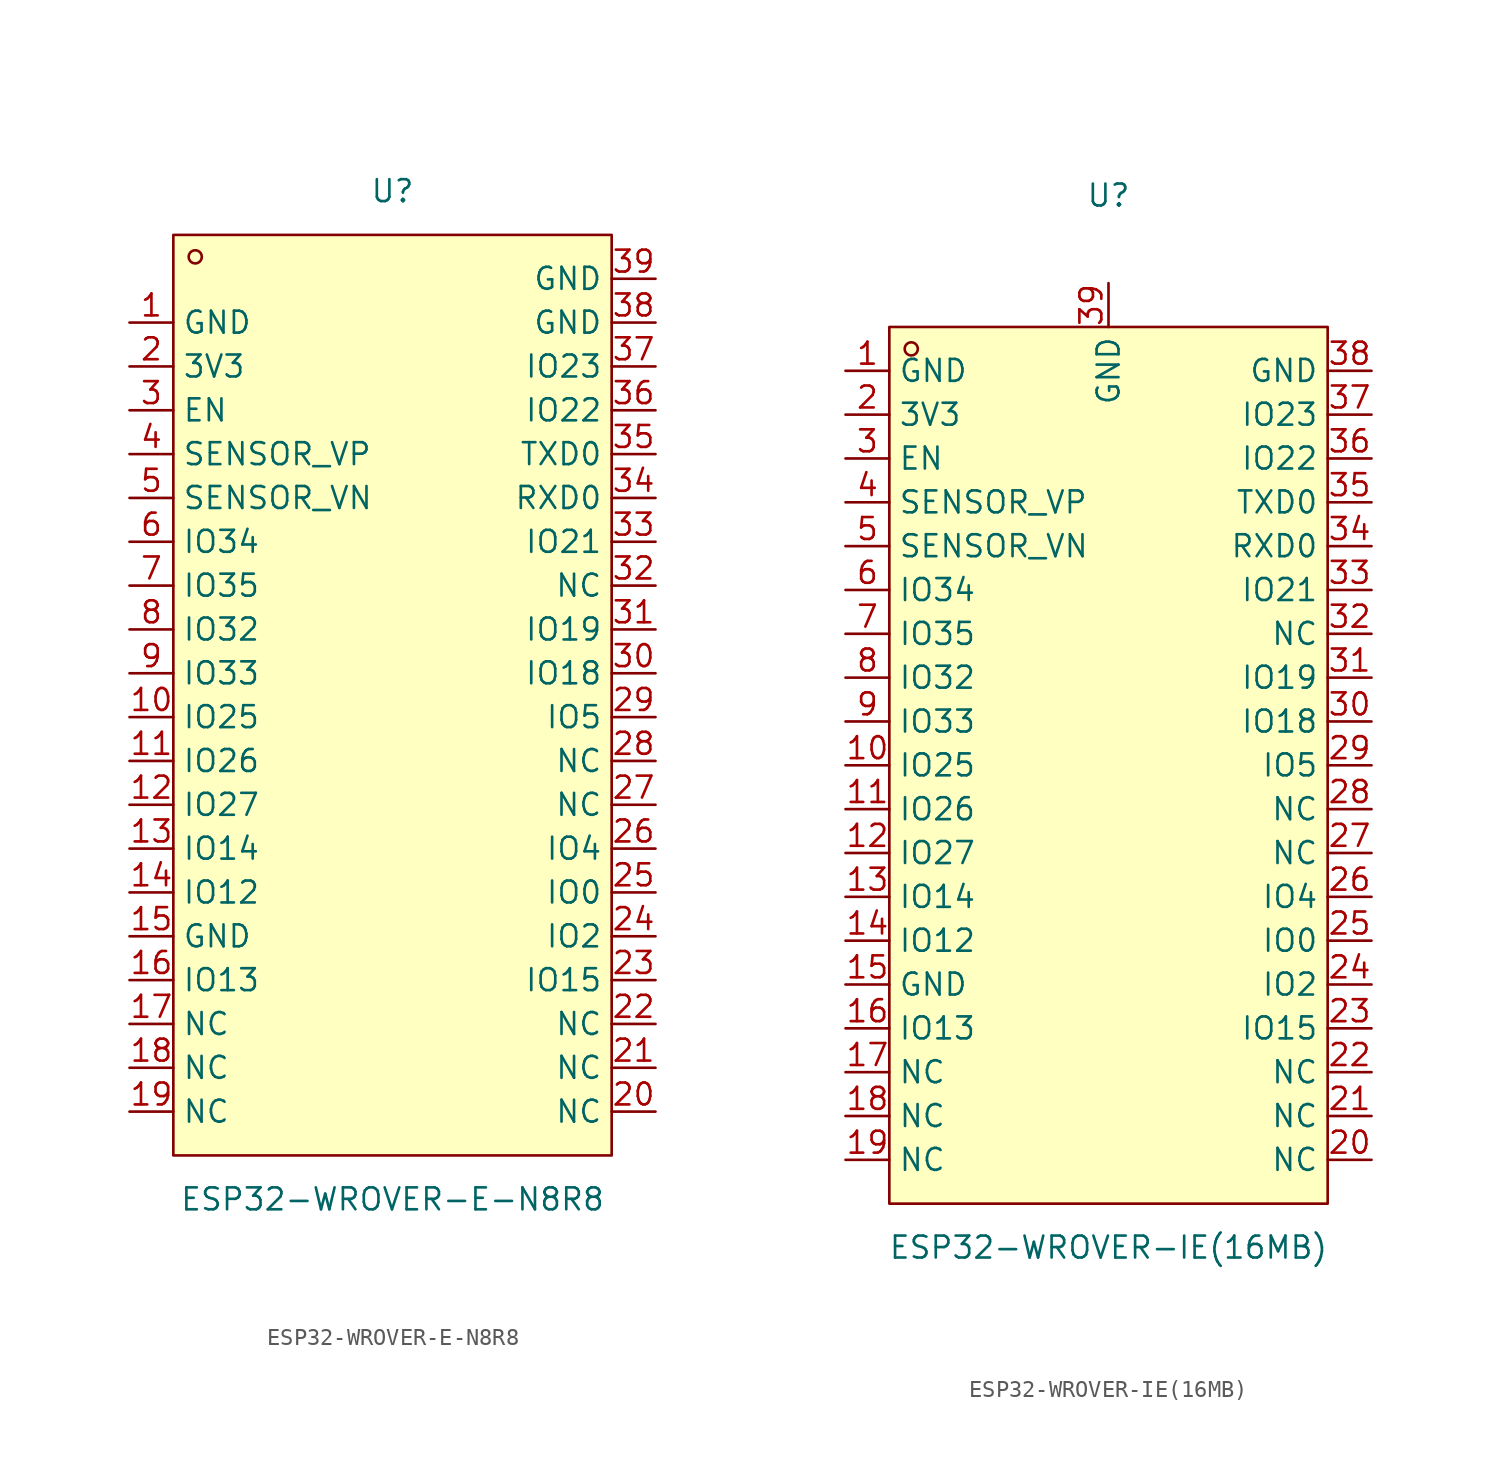
<source format=kicad_sym>
(kicad_symbol_lib
  (version 20241209)
  (generator "kicad_symbol_editor")
  (generator_version "9.0")
  (symbol "ESP32-WROVER-E-N8R8"
    (property "Reference" "U"
      (at 0 29.21 0)
      (effects (font (size 1.27 1.27))))
    (property "Value" "ESP32-WROVER-E-N8R8"
      (at 0 -29.21 0)
      (effects (font (size 1.27 1.27))))
    (symbol "ESP32-WROVER-E-N8R8_0_1"
      (rectangle (start -12.7 26.67) (end 12.7 -26.67) (stroke (width 0) (type default)) (fill (type background)))
      (circle (center -11.43 25.4) (radius 0.38) (stroke (width 0) (type default)) (fill (type none)))
      (pin unspecified line (at -15.24 21.59 0) (length 2.54) (name "GND" (effects (font (size 1.27 1.27)))) (number "1" (effects (font (size 1.27 1.27)))))
      (pin unspecified line (at -15.24 19.05 0) (length 2.54) (name "3V3" (effects (font (size 1.27 1.27)))) (number "2" (effects (font (size 1.27 1.27)))))
      (pin unspecified line (at -15.24 16.51 0) (length 2.54) (name "EN" (effects (font (size 1.27 1.27)))) (number "3" (effects (font (size 1.27 1.27)))))
      (pin unspecified line (at -15.24 13.97 0) (length 2.54) (name "SENSOR_VP" (effects (font (size 1.27 1.27)))) (number "4" (effects (font (size 1.27 1.27)))))
      (pin unspecified line (at -15.24 11.43 0) (length 2.54) (name "SENSOR_VN" (effects (font (size 1.27 1.27)))) (number "5" (effects (font (size 1.27 1.27)))))
      (pin unspecified line (at -15.24 8.89 0) (length 2.54) (name "IO34" (effects (font (size 1.27 1.27)))) (number "6" (effects (font (size 1.27 1.27)))))
      (pin unspecified line (at -15.24 6.35 0) (length 2.54) (name "IO35" (effects (font (size 1.27 1.27)))) (number "7" (effects (font (size 1.27 1.27)))))
      (pin unspecified line (at -15.24 3.81 0) (length 2.54) (name "IO32" (effects (font (size 1.27 1.27)))) (number "8" (effects (font (size 1.27 1.27)))))
      (pin unspecified line (at -15.24 1.27 0) (length 2.54) (name "IO33" (effects (font (size 1.27 1.27)))) (number "9" (effects (font (size 1.27 1.27)))))
      (pin unspecified line (at -15.24 -1.27 0) (length 2.54) (name "IO25" (effects (font (size 1.27 1.27)))) (number "10" (effects (font (size 1.27 1.27)))))
      (pin unspecified line (at -15.24 -3.81 0) (length 2.54) (name "IO26" (effects (font (size 1.27 1.27)))) (number "11" (effects (font (size 1.27 1.27)))))
      (pin unspecified line (at -15.24 -6.35 0) (length 2.54) (name "IO27" (effects (font (size 1.27 1.27)))) (number "12" (effects (font (size 1.27 1.27)))))
      (pin unspecified line (at -15.24 -8.89 0) (length 2.54) (name "IO14" (effects (font (size 1.27 1.27)))) (number "13" (effects (font (size 1.27 1.27)))))
      (pin unspecified line (at -15.24 -11.43 0) (length 2.54) (name "IO12" (effects (font (size 1.27 1.27)))) (number "14" (effects (font (size 1.27 1.27)))))
      (pin unspecified line (at -15.24 -13.97 0) (length 2.54) (name "GND" (effects (font (size 1.27 1.27)))) (number "15" (effects (font (size 1.27 1.27)))))
      (pin unspecified line (at -15.24 -16.51 0) (length 2.54) (name "IO13" (effects (font (size 1.27 1.27)))) (number "16" (effects (font (size 1.27 1.27)))))
      (pin unspecified line (at -15.24 -19.05 0) (length 2.54) (name "NC" (effects (font (size 1.27 1.27)))) (number "17" (effects (font (size 1.27 1.27)))))
      (pin unspecified line (at -15.24 -21.59 0) (length 2.54) (name "NC" (effects (font (size 1.27 1.27)))) (number "18" (effects (font (size 1.27 1.27)))))
      (pin unspecified line (at -15.24 -24.13 0) (length 2.54) (name "NC" (effects (font (size 1.27 1.27)))) (number "19" (effects (font (size 1.27 1.27)))))
      (pin unspecified line (at 15.24 24.13 180) (length 2.54) (name "GND" (effects (font (size 1.27 1.27)))) (number "39" (effects (font (size 1.27 1.27)))))
      (pin unspecified line (at 15.24 21.59 180) (length 2.54) (name "GND" (effects (font (size 1.27 1.27)))) (number "38" (effects (font (size 1.27 1.27)))))
      (pin unspecified line (at 15.24 19.05 180) (length 2.54) (name "IO23" (effects (font (size 1.27 1.27)))) (number "37" (effects (font (size 1.27 1.27)))))
      (pin unspecified line (at 15.24 16.51 180) (length 2.54) (name "IO22" (effects (font (size 1.27 1.27)))) (number "36" (effects (font (size 1.27 1.27)))))
      (pin unspecified line (at 15.24 13.97 180) (length 2.54) (name "TXD0" (effects (font (size 1.27 1.27)))) (number "35" (effects (font (size 1.27 1.27)))))
      (pin unspecified line (at 15.24 11.43 180) (length 2.54) (name "RXD0" (effects (font (size 1.27 1.27)))) (number "34" (effects (font (size 1.27 1.27)))))
      (pin unspecified line (at 15.24 8.89 180) (length 2.54) (name "IO21" (effects (font (size 1.27 1.27)))) (number "33" (effects (font (size 1.27 1.27)))))
      (pin unspecified line (at 15.24 6.35 180) (length 2.54) (name "NC" (effects (font (size 1.27 1.27)))) (number "32" (effects (font (size 1.27 1.27)))))
      (pin unspecified line (at 15.24 3.81 180) (length 2.54) (name "IO19" (effects (font (size 1.27 1.27)))) (number "31" (effects (font (size 1.27 1.27)))))
      (pin unspecified line (at 15.24 1.27 180) (length 2.54) (name "IO18" (effects (font (size 1.27 1.27)))) (number "30" (effects (font (size 1.27 1.27)))))
      (pin unspecified line (at 15.24 -1.27 180) (length 2.54) (name "IO5" (effects (font (size 1.27 1.27)))) (number "29" (effects (font (size 1.27 1.27)))))
      (pin unspecified line (at 15.24 -3.81 180) (length 2.54) (name "NC" (effects (font (size 1.27 1.27)))) (number "28" (effects (font (size 1.27 1.27)))))
      (pin unspecified line (at 15.24 -6.35 180) (length 2.54) (name "NC" (effects (font (size 1.27 1.27)))) (number "27" (effects (font (size 1.27 1.27)))))
      (pin unspecified line (at 15.24 -8.89 180) (length 2.54) (name "IO4" (effects (font (size 1.27 1.27)))) (number "26" (effects (font (size 1.27 1.27)))))
      (pin unspecified line (at 15.24 -11.43 180) (length 2.54) (name "IO0" (effects (font (size 1.27 1.27)))) (number "25" (effects (font (size 1.27 1.27)))))
      (pin unspecified line (at 15.24 -13.97 180) (length 2.54) (name "IO2" (effects (font (size 1.27 1.27)))) (number "24" (effects (font (size 1.27 1.27)))))
      (pin unspecified line (at 15.24 -16.51 180) (length 2.54) (name "IO15" (effects (font (size 1.27 1.27)))) (number "23" (effects (font (size 1.27 1.27)))))
      (pin unspecified line (at 15.24 -19.05 180) (length 2.54) (name "NC" (effects (font (size 1.27 1.27)))) (number "22" (effects (font (size 1.27 1.27)))))
      (pin unspecified line (at 15.24 -21.59 180) (length 2.54) (name "NC" (effects (font (size 1.27 1.27)))) (number "21" (effects (font (size 1.27 1.27)))))
      (pin unspecified line (at 15.24 -24.13 180) (length 2.54) (name "NC" (effects (font (size 1.27 1.27)))) (number "20" (effects (font (size 1.27 1.27)))))))
  (symbol "ESP32-WROVER-IE(16MB)"
    (property "Reference" "U"
      (at 0 35.56 0)
      (effects (font (size 1.27 1.27))))
    (property "Value" "ESP32-WROVER-IE(16MB)"
      (at 0 -25.4 0)
      (effects (font (size 1.27 1.27))))
    (symbol "ESP32-WROVER-IE(16MB)_0_1"
      (rectangle (start -12.7 27.94) (end 12.7 -22.86) (stroke (width 0) (type default)) (fill (type background)))
      (circle (center -11.43 26.67) (radius 0.38) (stroke (width 0) (type default)) (fill (type none)))
      (pin unspecified line (at -15.24 25.4 0) (length 2.54) (name "GND" (effects (font (size 1.27 1.27)))) (number "1" (effects (font (size 1.27 1.27)))))
      (pin unspecified line (at -15.24 22.86 0) (length 2.54) (name "3V3" (effects (font (size 1.27 1.27)))) (number "2" (effects (font (size 1.27 1.27)))))
      (pin unspecified line (at -15.24 20.32 0) (length 2.54) (name "EN" (effects (font (size 1.27 1.27)))) (number "3" (effects (font (size 1.27 1.27)))))
      (pin unspecified line (at -15.24 17.78 0) (length 2.54) (name "SENSOR_VP" (effects (font (size 1.27 1.27)))) (number "4" (effects (font (size 1.27 1.27)))))
      (pin unspecified line (at -15.24 15.24 0) (length 2.54) (name "SENSOR_VN" (effects (font (size 1.27 1.27)))) (number "5" (effects (font (size 1.27 1.27)))))
      (pin unspecified line (at -15.24 12.7 0) (length 2.54) (name "IO34" (effects (font (size 1.27 1.27)))) (number "6" (effects (font (size 1.27 1.27)))))
      (pin unspecified line (at -15.24 10.16 0) (length 2.54) (name "IO35" (effects (font (size 1.27 1.27)))) (number "7" (effects (font (size 1.27 1.27)))))
      (pin unspecified line (at -15.24 7.62 0) (length 2.54) (name "IO32" (effects (font (size 1.27 1.27)))) (number "8" (effects (font (size 1.27 1.27)))))
      (pin unspecified line (at -15.24 5.08 0) (length 2.54) (name "IO33" (effects (font (size 1.27 1.27)))) (number "9" (effects (font (size 1.27 1.27)))))
      (pin unspecified line (at -15.24 2.54 0) (length 2.54) (name "IO25" (effects (font (size 1.27 1.27)))) (number "10" (effects (font (size 1.27 1.27)))))
      (pin unspecified line (at -15.24 0 0) (length 2.54) (name "IO26" (effects (font (size 1.27 1.27)))) (number "11" (effects (font (size 1.27 1.27)))))
      (pin unspecified line (at -15.24 -2.54 0) (length 2.54) (name "IO27" (effects (font (size 1.27 1.27)))) (number "12" (effects (font (size 1.27 1.27)))))
      (pin unspecified line (at -15.24 -5.08 0) (length 2.54) (name "IO14" (effects (font (size 1.27 1.27)))) (number "13" (effects (font (size 1.27 1.27)))))
      (pin unspecified line (at -15.24 -7.62 0) (length 2.54) (name "IO12" (effects (font (size 1.27 1.27)))) (number "14" (effects (font (size 1.27 1.27)))))
      (pin unspecified line (at -15.24 -10.16 0) (length 2.54) (name "GND" (effects (font (size 1.27 1.27)))) (number "15" (effects (font (size 1.27 1.27)))))
      (pin unspecified line (at -15.24 -12.7 0) (length 2.54) (name "IO13" (effects (font (size 1.27 1.27)))) (number "16" (effects (font (size 1.27 1.27)))))
      (pin unspecified line (at -15.24 -15.24 0) (length 2.54) (name "NC" (effects (font (size 1.27 1.27)))) (number "17" (effects (font (size 1.27 1.27)))))
      (pin unspecified line (at -15.24 -17.78 0) (length 2.54) (name "NC" (effects (font (size 1.27 1.27)))) (number "18" (effects (font (size 1.27 1.27)))))
      (pin unspecified line (at -15.24 -20.32 0) (length 2.54) (name "NC" (effects (font (size 1.27 1.27)))) (number "19" (effects (font (size 1.27 1.27)))))
      (pin unspecified line (at 0 30.48 270) (length 2.54) (name "GND" (effects (font (size 1.27 1.27)))) (number "39" (effects (font (size 1.27 1.27)))))
      (pin unspecified line (at 15.24 25.4 180) (length 2.54) (name "GND" (effects (font (size 1.27 1.27)))) (number "38" (effects (font (size 1.27 1.27)))))
      (pin unspecified line (at 15.24 22.86 180) (length 2.54) (name "IO23" (effects (font (size 1.27 1.27)))) (number "37" (effects (font (size 1.27 1.27)))))
      (pin unspecified line (at 15.24 20.32 180) (length 2.54) (name "IO22" (effects (font (size 1.27 1.27)))) (number "36" (effects (font (size 1.27 1.27)))))
      (pin unspecified line (at 15.24 17.78 180) (length 2.54) (name "TXD0" (effects (font (size 1.27 1.27)))) (number "35" (effects (font (size 1.27 1.27)))))
      (pin unspecified line (at 15.24 15.24 180) (length 2.54) (name "RXD0" (effects (font (size 1.27 1.27)))) (number "34" (effects (font (size 1.27 1.27)))))
      (pin unspecified line (at 15.24 12.7 180) (length 2.54) (name "IO21" (effects (font (size 1.27 1.27)))) (number "33" (effects (font (size 1.27 1.27)))))
      (pin unspecified line (at 15.24 10.16 180) (length 2.54) (name "NC" (effects (font (size 1.27 1.27)))) (number "32" (effects (font (size 1.27 1.27)))))
      (pin unspecified line (at 15.24 7.62 180) (length 2.54) (name "IO19" (effects (font (size 1.27 1.27)))) (number "31" (effects (font (size 1.27 1.27)))))
      (pin unspecified line (at 15.24 5.08 180) (length 2.54) (name "IO18" (effects (font (size 1.27 1.27)))) (number "30" (effects (font (size 1.27 1.27)))))
      (pin unspecified line (at 15.24 2.54 180) (length 2.54) (name "IO5" (effects (font (size 1.27 1.27)))) (number "29" (effects (font (size 1.27 1.27)))))
      (pin unspecified line (at 15.24 0 180) (length 2.54) (name "NC" (effects (font (size 1.27 1.27)))) (number "28" (effects (font (size 1.27 1.27)))))
      (pin unspecified line (at 15.24 -2.54 180) (length 2.54) (name "NC" (effects (font (size 1.27 1.27)))) (number "27" (effects (font (size 1.27 1.27)))))
      (pin unspecified line (at 15.24 -5.08 180) (length 2.54) (name "IO4" (effects (font (size 1.27 1.27)))) (number "26" (effects (font (size 1.27 1.27)))))
      (pin unspecified line (at 15.24 -7.62 180) (length 2.54) (name "IO0" (effects (font (size 1.27 1.27)))) (number "25" (effects (font (size 1.27 1.27)))))
      (pin unspecified line (at 15.24 -10.16 180) (length 2.54) (name "IO2" (effects (font (size 1.27 1.27)))) (number "24" (effects (font (size 1.27 1.27)))))
      (pin unspecified line (at 15.24 -12.7 180) (length 2.54) (name "IO15" (effects (font (size 1.27 1.27)))) (number "23" (effects (font (size 1.27 1.27)))))
      (pin unspecified line (at 15.24 -15.24 180) (length 2.54) (name "NC" (effects (font (size 1.27 1.27)))) (number "22" (effects (font (size 1.27 1.27)))))
      (pin unspecified line (at 15.24 -17.78 180) (length 2.54) (name "NC" (effects (font (size 1.27 1.27)))) (number "21" (effects (font (size 1.27 1.27)))))
      (pin unspecified line (at 15.24 -20.32 180) (length 2.54) (name "NC" (effects (font (size 1.27 1.27)))) (number "20" (effects (font (size 1.27 1.27))))))))
</source>
